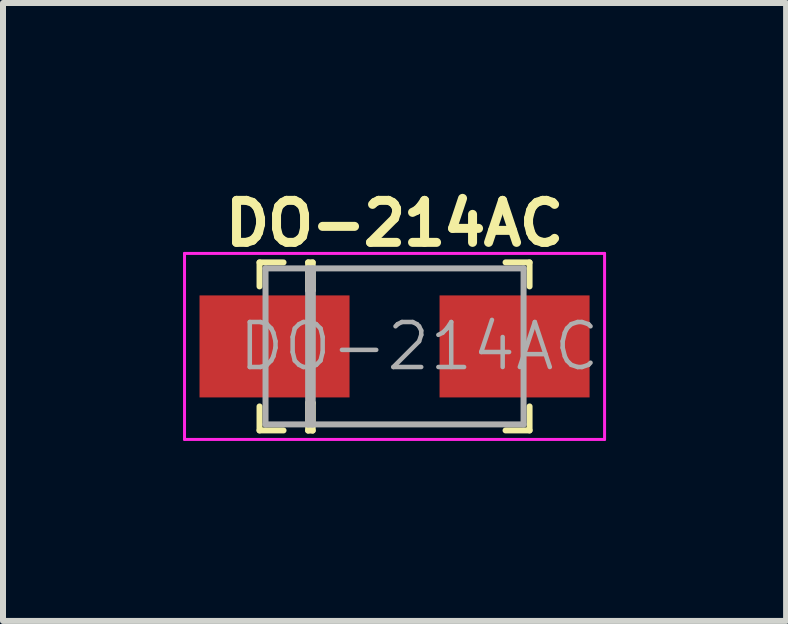
<source format=kicad_pcb>
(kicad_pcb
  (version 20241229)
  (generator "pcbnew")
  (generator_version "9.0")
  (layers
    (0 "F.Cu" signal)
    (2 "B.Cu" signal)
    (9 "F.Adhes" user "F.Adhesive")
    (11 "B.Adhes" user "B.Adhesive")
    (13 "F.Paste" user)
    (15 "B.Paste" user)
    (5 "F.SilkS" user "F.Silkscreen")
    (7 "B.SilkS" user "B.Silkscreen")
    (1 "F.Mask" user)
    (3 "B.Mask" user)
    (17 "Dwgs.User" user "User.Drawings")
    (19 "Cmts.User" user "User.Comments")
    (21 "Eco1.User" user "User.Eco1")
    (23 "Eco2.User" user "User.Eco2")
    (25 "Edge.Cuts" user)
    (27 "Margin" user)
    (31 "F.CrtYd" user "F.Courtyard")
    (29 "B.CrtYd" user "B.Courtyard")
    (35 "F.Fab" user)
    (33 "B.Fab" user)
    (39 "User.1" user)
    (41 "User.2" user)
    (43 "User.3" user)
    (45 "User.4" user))
  (footprint "DO-214AC"
    (layer "F.Cu")
    (at 3.525 2.723)
    (property "Reference" "DO-214AC" (at 0 -2.05 0) (layer "F.SilkS") (effects (font (size 0.7 0.7) (thickness 0.15))))
    (attr smd)
    (fp_line (start -2.25 -1.4) (end -2.25 -1) (stroke (width 0.1) (type solid)) (layer "F.SilkS"))
    (fp_line (start -2.25 -1.4) (end -1.85 -1.4) (stroke (width 0.1) (type solid)) (layer "F.SilkS"))
    (fp_line (start -2.25 1.4) (end -2.25 1) (stroke (width 0.1) (type solid)) (layer "F.SilkS"))
    (fp_line (start -2.25 1.4) (end -1.85 1.4) (stroke (width 0.1) (type solid)) (layer "F.SilkS"))
    (fp_line (start -1.44 -1.4) (end -1.44 -0.935) (stroke (width 0.1) (type solid)) (layer "F.SilkS"))
    (fp_line (start -1.44 -0.935) (end -1.364 -0.935) (stroke (width 0.1) (type solid)) (layer "F.SilkS"))
    (fp_line (start -1.44 0.942) (end -1.364 0.942) (stroke (width 0.1) (type solid)) (layer "F.SilkS"))
    (fp_line (start -1.44 1.402) (end -1.44 0.942) (stroke (width 0.1) (type solid)) (layer "F.SilkS"))
    (fp_line (start -1.364 -1.4) (end -1.44 -1.4) (stroke (width 0.1) (type solid)) (layer "F.SilkS"))
    (fp_line (start -1.364 -0.935) (end -1.364 -1.4) (stroke (width 0.1) (type solid)) (layer "F.SilkS"))
    (fp_line (start -1.364 0.942) (end -1.364 1.402) (stroke (width 0.1) (type solid)) (layer "F.SilkS"))
    (fp_line (start -1.364 1.402) (end -1.44 1.402) (stroke (width 0.1) (type solid)) (layer "F.SilkS"))
    (fp_line (start 2.25 -1.4) (end 1.85 -1.4) (stroke (width 0.1) (type solid)) (layer "F.SilkS"))
    (fp_line (start 2.25 -1.4) (end 2.25 -1) (stroke (width 0.1) (type solid)) (layer "F.SilkS"))
    (fp_line (start 2.25 1.4) (end 1.85 1.4) (stroke (width 0.1) (type solid)) (layer "F.SilkS"))
    (fp_line (start 2.25 1.4) (end 2.25 1) (stroke (width 0.1) (type solid)) (layer "F.SilkS"))
    (fp_line (start -3.5 -1.55) (end -3.5 1.55) (stroke (width 0.05) (type solid)) (layer "F.CrtYd"))
    (fp_line (start -3.5 -1.55) (end 3.5 -1.55) (stroke (width 0.05) (type solid)) (layer "F.CrtYd"))
    (fp_line (start -3.5 1.55) (end 3.5 1.55) (stroke (width 0.05) (type solid)) (layer "F.CrtYd"))
    (fp_line (start 3.5 -1.55) (end 3.5 1.55) (stroke (width 0.05) (type solid)) (layer "F.CrtYd"))
    (fp_line (start -2.15 -1.3) (end -2.15 1.3) (stroke (width 0.1) (type solid)) (layer "F.Fab"))
    (fp_line (start -2.15 -1.3) (end 2.15 -1.3) (stroke (width 0.1) (type solid)) (layer "F.Fab"))
    (fp_line (start -2.15 1.3) (end 2.15 1.3) (stroke (width 0.1) (type solid)) (layer "F.Fab"))
    (fp_line (start -1.44 -1.3) (end -1.44 1.3) (stroke (width 0.1) (type solid)) (layer "F.Fab"))
    (fp_line (start -1.44 1.3) (end -1.364 1.3) (stroke (width 0.1) (type solid)) (layer "F.Fab"))
    (fp_line (start -1.364 1.3) (end -1.361 -1.3) (stroke (width 0.1) (type solid)) (layer "F.Fab"))
    (fp_line (start -1.361 -1.3) (end -1.44 -1.3) (stroke (width 0.1) (type solid)) (layer "F.Fab"))
    (fp_line (start 2.15 -1.3) (end 2.15 1.3) (stroke (width 0.1) (type solid)) (layer "F.Fab"))
    (fp_text user "${REFERENCE}" (at 0.409 0 0) (layer "F.Fab") (effects (font (size 0.75 0.75) (thickness 0.075))))
    (pad "A" smd rect (at 2 0) (size 2.5 1.7) (layers "F.Cu" "F.Mask" "F.Paste"))
    (pad "K" smd rect (at -2 0) (size 2.5 1.7) (layers "F.Cu" "F.Mask" "F.Paste")))
  (gr_rect
    (start -3 -3)
    (end 10.05 7.298)
    (stroke (width 0.1) (type default))
    (fill no)
    (layer "Edge.Cuts")))
</source>
